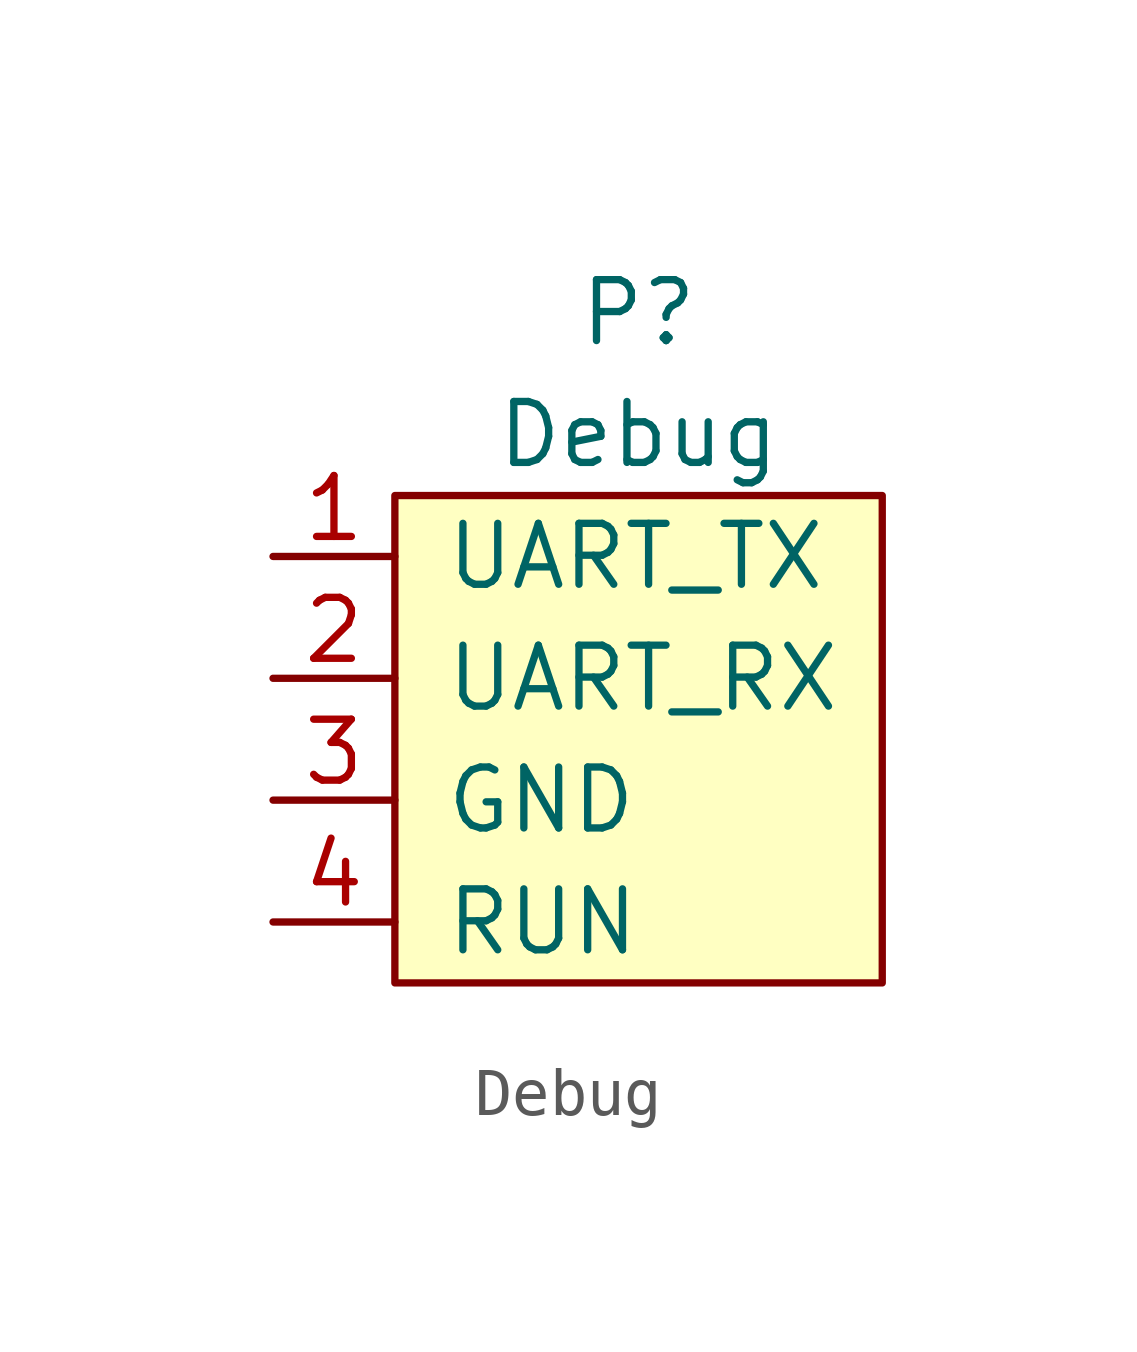
<source format=kicad_sym>
(kicad_symbol_lib
  (version 20231120)
  (generator "kicad_symbol_editor")
  (generator_version "8.0")
  (symbol "Debug"
    (pin_names
      (offset 1.016))
    (property "Reference" "P"
      (at 0 8.89 0)
      (effects (font (size 1.27 1.27))))
    (property "Value" "Debug"
      (at 0 6.35 0)
      (effects (font (size 1.27 1.27))))
    (symbol "Debug_0_1"
      (rectangle (start -5.08 5.08) (end 5.08 -5.08) (stroke (width 0) (type default)) (fill (type background))))
    (symbol "Debug_1_1"
      (pin input line (at -7.62 3.81 0) (length 2.54) (name "UART_TX" (effects (font (size 1.27 1.27)))) (number "1" (effects (font (size 1.27 1.27)))))
      (pin input line (at -7.62 1.27 0) (length 2.54) (name "UART_RX" (effects (font (size 1.27 1.27)))) (number "2" (effects (font (size 1.27 1.27)))))
      (pin input line (at -7.62 -1.27 0) (length 2.54) (name "GND" (effects (font (size 1.27 1.27)))) (number "3" (effects (font (size 1.27 1.27)))))
      (pin input line (at -7.62 -3.81 0) (length 2.54) (name "RUN" (effects (font (size 1.27 1.27)))) (number "4" (effects (font (size 1.27 1.27))))))))
</source>
